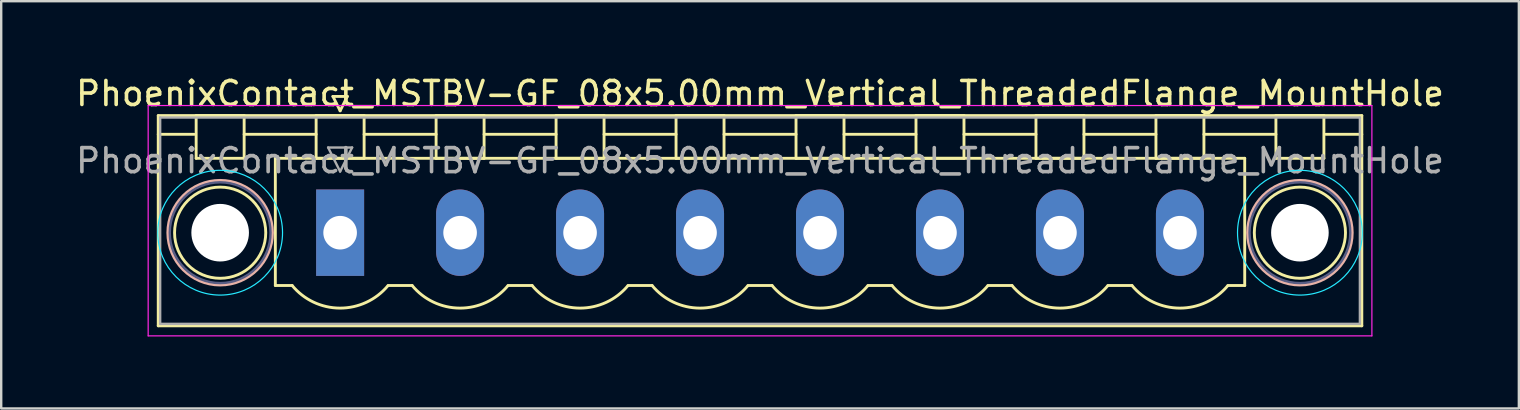
<source format=kicad_pcb>
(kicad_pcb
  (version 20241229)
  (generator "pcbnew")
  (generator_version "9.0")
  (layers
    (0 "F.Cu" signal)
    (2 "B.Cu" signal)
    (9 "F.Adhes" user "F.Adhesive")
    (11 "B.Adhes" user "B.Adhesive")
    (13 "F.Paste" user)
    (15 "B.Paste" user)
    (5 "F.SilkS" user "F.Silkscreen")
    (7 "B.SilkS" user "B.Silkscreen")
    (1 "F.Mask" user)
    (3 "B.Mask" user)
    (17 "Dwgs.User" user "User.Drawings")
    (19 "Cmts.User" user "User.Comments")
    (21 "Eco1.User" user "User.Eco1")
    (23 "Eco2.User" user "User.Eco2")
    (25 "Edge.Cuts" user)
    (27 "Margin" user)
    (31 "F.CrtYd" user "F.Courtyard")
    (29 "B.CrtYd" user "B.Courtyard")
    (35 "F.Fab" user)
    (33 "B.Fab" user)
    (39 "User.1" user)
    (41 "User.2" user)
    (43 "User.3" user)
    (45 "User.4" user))
  (footprint "PhoenixContact_MSTBV-GF_08x5.00mm_Vertical_ThreadedFlange_MountHole"
    (layer "F.Cu")
    (at 11.125 6.648)
    (property "Reference" "PhoenixContact_MSTBV-GF_08x5.00mm_Vertical_ThreadedFlange_MountHole" (at 17.5 -5.8 0) (layer "F.SilkS") (effects (font (size 1 1) (thickness 0.15))))
    (attr through_hole)
    (fp_line (start -7.58 -4.88) (end -7.58 3.88) (stroke (width 0.12) (type solid)) (layer "F.SilkS"))
    (fp_line (start -7.58 -4.1) (end -6.08 -4.1) (stroke (width 0.12) (type solid)) (layer "F.SilkS"))
    (fp_line (start -7.58 3.88) (end 42.58 3.88) (stroke (width 0.12) (type solid)) (layer "F.SilkS"))
    (fp_line (start -6 -4.88) (end -4 -4.88) (stroke (width 0.12) (type solid)) (layer "F.SilkS"))
    (fp_line (start -6 -3.1) (end -6 -4.88) (stroke (width 0.12) (type solid)) (layer "F.SilkS"))
    (fp_line (start -4 -4.88) (end -4 -3.1) (stroke (width 0.12) (type solid)) (layer "F.SilkS"))
    (fp_line (start -4 -4.1) (end -1 -4.1) (stroke (width 0.12) (type solid)) (layer "F.SilkS"))
    (fp_line (start -4 -3.1) (end -6 -3.1) (stroke (width 0.12) (type solid)) (layer "F.SilkS"))
    (fp_line (start -2.7 -3.1) (end 37.7 -3.1) (stroke (width 0.12) (type solid)) (layer "F.SilkS"))
    (fp_line (start -2.7 2.2) (end -2.7 -3.1) (stroke (width 0.12) (type solid)) (layer "F.SilkS"))
    (fp_line (start -2 2.2) (end -2.7 2.2) (stroke (width 0.12) (type solid)) (layer "F.SilkS"))
    (fp_line (start -1 -4.88) (end 1 -4.88) (stroke (width 0.12) (type solid)) (layer "F.SilkS"))
    (fp_line (start -1 -3.1) (end -1 -4.88) (stroke (width 0.12) (type solid)) (layer "F.SilkS"))
    (fp_line (start -0.3 -5.68) (end 0.3 -5.68) (stroke (width 0.12) (type solid)) (layer "F.SilkS"))
    (fp_line (start 0 -5.08) (end -0.3 -5.68) (stroke (width 0.12) (type solid)) (layer "F.SilkS"))
    (fp_line (start 0.3 -5.68) (end 0 -5.08) (stroke (width 0.12) (type solid)) (layer "F.SilkS"))
    (fp_line (start 1 -4.88) (end 1 -3.1) (stroke (width 0.12) (type solid)) (layer "F.SilkS"))
    (fp_line (start 1 -4.1) (end 4 -4.1) (stroke (width 0.12) (type solid)) (layer "F.SilkS"))
    (fp_line (start 1 -3.1) (end -1 -3.1) (stroke (width 0.12) (type solid)) (layer "F.SilkS"))
    (fp_line (start 2 2.2) (end 3 2.2) (stroke (width 0.12) (type solid)) (layer "F.SilkS"))
    (fp_line (start 4 -4.88) (end 6 -4.88) (stroke (width 0.12) (type solid)) (layer "F.SilkS"))
    (fp_line (start 4 -3.1) (end 4 -4.88) (stroke (width 0.12) (type solid)) (layer "F.SilkS"))
    (fp_line (start 6 -4.88) (end 6 -3.1) (stroke (width 0.12) (type solid)) (layer "F.SilkS"))
    (fp_line (start 6 -4.1) (end 9 -4.1) (stroke (width 0.12) (type solid)) (layer "F.SilkS"))
    (fp_line (start 6 -3.1) (end 4 -3.1) (stroke (width 0.12) (type solid)) (layer "F.SilkS"))
    (fp_line (start 7 2.2) (end 8 2.2) (stroke (width 0.12) (type solid)) (layer "F.SilkS"))
    (fp_line (start 9 -4.88) (end 11 -4.88) (stroke (width 0.12) (type solid)) (layer "F.SilkS"))
    (fp_line (start 9 -3.1) (end 9 -4.88) (stroke (width 0.12) (type solid)) (layer "F.SilkS"))
    (fp_line (start 11 -4.88) (end 11 -3.1) (stroke (width 0.12) (type solid)) (layer "F.SilkS"))
    (fp_line (start 11 -4.1) (end 14 -4.1) (stroke (width 0.12) (type solid)) (layer "F.SilkS"))
    (fp_line (start 11 -3.1) (end 9 -3.1) (stroke (width 0.12) (type solid)) (layer "F.SilkS"))
    (fp_line (start 12 2.2) (end 13 2.2) (stroke (width 0.12) (type solid)) (layer "F.SilkS"))
    (fp_line (start 14 -4.88) (end 16 -4.88) (stroke (width 0.12) (type solid)) (layer "F.SilkS"))
    (fp_line (start 14 -3.1) (end 14 -4.88) (stroke (width 0.12) (type solid)) (layer "F.SilkS"))
    (fp_line (start 16 -4.88) (end 16 -3.1) (stroke (width 0.12) (type solid)) (layer "F.SilkS"))
    (fp_line (start 16 -4.1) (end 19 -4.1) (stroke (width 0.12) (type solid)) (layer "F.SilkS"))
    (fp_line (start 16 -3.1) (end 14 -3.1) (stroke (width 0.12) (type solid)) (layer "F.SilkS"))
    (fp_line (start 17 2.2) (end 18 2.2) (stroke (width 0.12) (type solid)) (layer "F.SilkS"))
    (fp_line (start 19 -4.88) (end 21 -4.88) (stroke (width 0.12) (type solid)) (layer "F.SilkS"))
    (fp_line (start 19 -3.1) (end 19 -4.88) (stroke (width 0.12) (type solid)) (layer "F.SilkS"))
    (fp_line (start 21 -4.88) (end 21 -3.1) (stroke (width 0.12) (type solid)) (layer "F.SilkS"))
    (fp_line (start 21 -4.1) (end 24 -4.1) (stroke (width 0.12) (type solid)) (layer "F.SilkS"))
    (fp_line (start 21 -3.1) (end 19 -3.1) (stroke (width 0.12) (type solid)) (layer "F.SilkS"))
    (fp_line (start 22 2.2) (end 23 2.2) (stroke (width 0.12) (type solid)) (layer "F.SilkS"))
    (fp_line (start 24 -4.88) (end 26 -4.88) (stroke (width 0.12) (type solid)) (layer "F.SilkS"))
    (fp_line (start 24 -3.1) (end 24 -4.88) (stroke (width 0.12) (type solid)) (layer "F.SilkS"))
    (fp_line (start 26 -4.88) (end 26 -3.1) (stroke (width 0.12) (type solid)) (layer "F.SilkS"))
    (fp_line (start 26 -4.1) (end 29 -4.1) (stroke (width 0.12) (type solid)) (layer "F.SilkS"))
    (fp_line (start 26 -3.1) (end 24 -3.1) (stroke (width 0.12) (type solid)) (layer "F.SilkS"))
    (fp_line (start 27 2.2) (end 28 2.2) (stroke (width 0.12) (type solid)) (layer "F.SilkS"))
    (fp_line (start 29 -4.88) (end 31 -4.88) (stroke (width 0.12) (type solid)) (layer "F.SilkS"))
    (fp_line (start 29 -3.1) (end 29 -4.88) (stroke (width 0.12) (type solid)) (layer "F.SilkS"))
    (fp_line (start 31 -4.88) (end 31 -3.1) (stroke (width 0.12) (type solid)) (layer "F.SilkS"))
    (fp_line (start 31 -4.1) (end 34 -4.1) (stroke (width 0.12) (type solid)) (layer "F.SilkS"))
    (fp_line (start 31 -3.1) (end 29 -3.1) (stroke (width 0.12) (type solid)) (layer "F.SilkS"))
    (fp_line (start 32 2.2) (end 33 2.2) (stroke (width 0.12) (type solid)) (layer "F.SilkS"))
    (fp_line (start 34 -4.88) (end 36 -4.88) (stroke (width 0.12) (type solid)) (layer "F.SilkS"))
    (fp_line (start 34 -3.1) (end 34 -4.88) (stroke (width 0.12) (type solid)) (layer "F.SilkS"))
    (fp_line (start 36 -4.88) (end 36 -3.1) (stroke (width 0.12) (type solid)) (layer "F.SilkS"))
    (fp_line (start 36 -4.1) (end 39 -4.1) (stroke (width 0.12) (type solid)) (layer "F.SilkS"))
    (fp_line (start 36 -3.1) (end 34 -3.1) (stroke (width 0.12) (type solid)) (layer "F.SilkS"))
    (fp_line (start 37.7 -3.1) (end 37.7 2.2) (stroke (width 0.12) (type solid)) (layer "F.SilkS"))
    (fp_line (start 37.7 2.2) (end 37 2.2) (stroke (width 0.12) (type solid)) (layer "F.SilkS"))
    (fp_line (start 39 -4.88) (end 41 -4.88) (stroke (width 0.12) (type solid)) (layer "F.SilkS"))
    (fp_line (start 39 -3.1) (end 39 -4.88) (stroke (width 0.12) (type solid)) (layer "F.SilkS"))
    (fp_line (start 41 -4.88) (end 41 -3.1) (stroke (width 0.12) (type solid)) (layer "F.SilkS"))
    (fp_line (start 41 -3.1) (end 39 -3.1) (stroke (width 0.12) (type solid)) (layer "F.SilkS"))
    (fp_line (start 42.58 -4.88) (end -7.58 -4.88) (stroke (width 0.12) (type solid)) (layer "F.SilkS"))
    (fp_line (start 42.58 -4.1) (end 41.08 -4.1) (stroke (width 0.12) (type solid)) (layer "F.SilkS"))
    (fp_line (start 42.58 3.88) (end 42.58 -4.88) (stroke (width 0.12) (type solid)) (layer "F.SilkS"))
    (fp_arc (start 1.986842 2.215821) (mid -0.010289 3.142758) (end -2 2.2) (stroke (width 0.12) (type solid)) (layer "F.SilkS"))
    (fp_arc (start 6.986842 2.215821) (mid 4.989711 3.142758) (end 3 2.2) (stroke (width 0.12) (type solid)) (layer "F.SilkS"))
    (fp_arc (start 11.986842 2.215821) (mid 9.989711 3.142758) (end 8 2.2) (stroke (width 0.12) (type solid)) (layer "F.SilkS"))
    (fp_arc (start 16.986842 2.215821) (mid 14.989711 3.142758) (end 13 2.2) (stroke (width 0.12) (type solid)) (layer "F.SilkS"))
    (fp_arc (start 21.986842 2.215821) (mid 19.989711 3.142758) (end 18 2.2) (stroke (width 0.12) (type solid)) (layer "F.SilkS"))
    (fp_arc (start 26.986842 2.215821) (mid 24.989711 3.142758) (end 23 2.2) (stroke (width 0.12) (type solid)) (layer "F.SilkS"))
    (fp_arc (start 31.986842 2.215821) (mid 29.989711 3.142758) (end 28 2.2) (stroke (width 0.12) (type solid)) (layer "F.SilkS"))
    (fp_arc (start 36.986842 2.215821) (mid 34.989711 3.142758) (end 33 2.2) (stroke (width 0.12) (type solid)) (layer "F.SilkS"))
    (fp_circle (center -5 0) (end -3.1 0) (stroke (width 0.12) (type solid)) (fill no) (layer "F.SilkS"))
    (fp_circle (center 40 0) (end 41.9 0) (stroke (width 0.12) (type solid)) (fill no) (layer "F.SilkS"))
    (fp_circle (center -5 0) (end -2.82 0) (stroke (width 0.12) (type solid)) (fill no) (layer "B.SilkS"))
    (fp_circle (center 40 0) (end 42.18 0) (stroke (width 0.12) (type solid)) (fill no) (layer "B.SilkS"))
    (fp_circle (center -5 0) (end -2.4 0) (stroke (width 0.05) (type solid)) (fill no) (layer "B.CrtYd"))
    (fp_circle (center 40 0) (end 42.6 0) (stroke (width 0.05) (type solid)) (fill no) (layer "B.CrtYd"))
    (fp_line (start -8 -5.3) (end -8 4.3) (stroke (width 0.05) (type solid)) (layer "F.CrtYd"))
    (fp_line (start -8 4.3) (end 43 4.3) (stroke (width 0.05) (type solid)) (layer "F.CrtYd"))
    (fp_line (start 43 -5.3) (end -8 -5.3) (stroke (width 0.05) (type solid)) (layer "F.CrtYd"))
    (fp_line (start 43 4.3) (end 43 -5.3) (stroke (width 0.05) (type solid)) (layer "F.CrtYd"))
    (fp_circle (center -5 0) (end -2.9 0) (stroke (width 0.1) (type solid)) (fill no) (layer "B.Fab"))
    (fp_circle (center 40 0) (end 42.1 0) (stroke (width 0.1) (type solid)) (fill no) (layer "B.Fab"))
    (fp_line (start -7.5 -4.8) (end -7.5 3.8) (stroke (width 0.1) (type solid)) (layer "F.Fab"))
    (fp_line (start -7.5 3.8) (end 42.5 3.8) (stroke (width 0.1) (type solid)) (layer "F.Fab"))
    (fp_line (start -0.5 -3.55) (end 0.5 -3.55) (stroke (width 0.1) (type solid)) (layer "F.Fab"))
    (fp_line (start 0 -2.55) (end -0.5 -3.55) (stroke (width 0.1) (type solid)) (layer "F.Fab"))
    (fp_line (start 0.5 -3.55) (end 0 -2.55) (stroke (width 0.1) (type solid)) (layer "F.Fab"))
    (fp_line (start 42.5 -4.8) (end -7.5 -4.8) (stroke (width 0.1) (type solid)) (layer "F.Fab"))
    (fp_line (start 42.5 3.8) (end 42.5 -4.8) (stroke (width 0.1) (type solid)) (layer "F.Fab"))
    (fp_text user "${REFERENCE}" (at 17.5 -3 0) (layer "F.Fab") (effects (font (size 1 1) (thickness 0.15))))
    (pad "" np_thru_hole circle (at -5 0) (size 2.4 2.4) (drill 2.4) (layers "*.Cu" "*.Mask"))
    (pad "" np_thru_hole circle (at 40 0) (size 2.4 2.4) (drill 2.4) (layers "*.Cu" "*.Mask"))
    (pad "1" thru_hole rect (at 0 0) (size 2 3.6) (drill 1.4) (layers "*.Cu" "*.Mask"))
    (pad "2" thru_hole oval (at 5 0) (size 2 3.6) (drill 1.4) (layers "*.Cu" "*.Mask"))
    (pad "3" thru_hole oval (at 10 0) (size 2 3.6) (drill 1.4) (layers "*.Cu" "*.Mask"))
    (pad "4" thru_hole oval (at 15 0) (size 2 3.6) (drill 1.4) (layers "*.Cu" "*.Mask"))
    (pad "5" thru_hole oval (at 20 0) (size 2 3.6) (drill 1.4) (layers "*.Cu" "*.Mask"))
    (pad "6" thru_hole oval (at 25 0) (size 2 3.6) (drill 1.4) (layers "*.Cu" "*.Mask"))
    (pad "7" thru_hole oval (at 30 0) (size 2 3.6) (drill 1.4) (layers "*.Cu" "*.Mask"))
    (pad "8" thru_hole oval (at 35 0) (size 2 3.6) (drill 1.4) (layers "*.Cu" "*.Mask")))
  (gr_rect
    (start -3 -3)
    (end 60.25 13.973)
    (stroke (width 0.1) (type default))
    (fill no)
    (layer "Edge.Cuts")))
</source>
